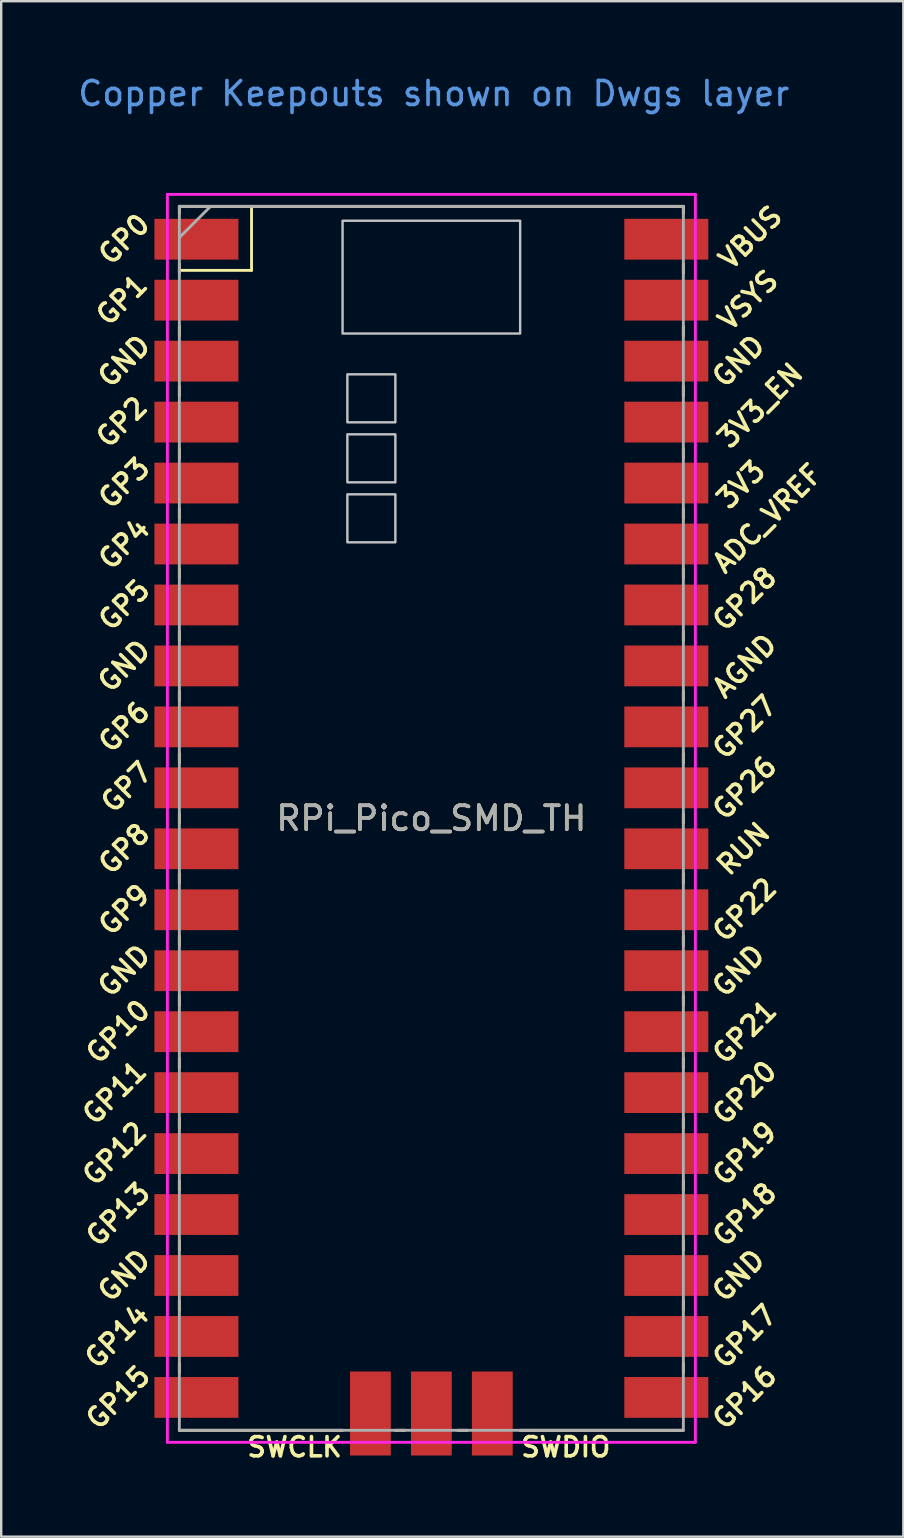
<source format=kicad_pcb>
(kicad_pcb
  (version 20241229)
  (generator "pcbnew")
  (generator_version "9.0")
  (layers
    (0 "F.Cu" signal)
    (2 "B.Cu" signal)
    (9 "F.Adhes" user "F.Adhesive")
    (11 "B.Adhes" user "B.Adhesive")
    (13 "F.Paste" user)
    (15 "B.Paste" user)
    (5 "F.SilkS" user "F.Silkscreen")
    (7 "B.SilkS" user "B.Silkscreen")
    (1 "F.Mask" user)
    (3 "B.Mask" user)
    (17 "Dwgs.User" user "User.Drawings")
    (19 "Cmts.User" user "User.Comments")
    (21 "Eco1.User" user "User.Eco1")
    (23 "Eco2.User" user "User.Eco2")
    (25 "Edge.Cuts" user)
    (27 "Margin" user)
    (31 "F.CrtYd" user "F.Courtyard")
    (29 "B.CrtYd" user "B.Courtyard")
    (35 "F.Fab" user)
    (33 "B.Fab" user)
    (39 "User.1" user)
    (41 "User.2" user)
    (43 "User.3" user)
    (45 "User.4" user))
  (footprint "RPi_Pico_SMD_TH"
    (layer "F.Cu")
    (at 14.924 31.048)
    (property "Reference" "RPi_Pico_SMD_TH" (at 0 0 0) (layer "F.SilkS") (effects (font (size 1 1) (thickness 0.15))))
    (attr through_hole)
    (fp_line (start -10.5 -25.5) (end -10.5 -25.2) (stroke (width 0.12) (type solid)) (layer "F.SilkS"))
    (fp_line (start -10.5 -25.5) (end 10.5 -25.5) (stroke (width 0.12) (type solid)) (layer "F.SilkS"))
    (fp_line (start -10.5 -23.1) (end -10.5 -22.7) (stroke (width 0.12) (type solid)) (layer "F.SilkS"))
    (fp_line (start -10.5 -22.833) (end -7.493 -22.833) (stroke (width 0.12) (type solid)) (layer "F.SilkS"))
    (fp_line (start -10.5 -20.5) (end -10.5 -20.1) (stroke (width 0.12) (type solid)) (layer "F.SilkS"))
    (fp_line (start -10.5 -18) (end -10.5 -17.6) (stroke (width 0.12) (type solid)) (layer "F.SilkS"))
    (fp_line (start -10.5 -15.4) (end -10.5 -15) (stroke (width 0.12) (type solid)) (layer "F.SilkS"))
    (fp_line (start -10.5 -12.9) (end -10.5 -12.5) (stroke (width 0.12) (type solid)) (layer "F.SilkS"))
    (fp_line (start -10.5 -10.4) (end -10.5 -10) (stroke (width 0.12) (type solid)) (layer "F.SilkS"))
    (fp_line (start -10.5 -7.8) (end -10.5 -7.4) (stroke (width 0.12) (type solid)) (layer "F.SilkS"))
    (fp_line (start -10.5 -5.3) (end -10.5 -4.9) (stroke (width 0.12) (type solid)) (layer "F.SilkS"))
    (fp_line (start -10.5 -2.7) (end -10.5 -2.3) (stroke (width 0.12) (type solid)) (layer "F.SilkS"))
    (fp_line (start -10.5 -0.2) (end -10.5 0.2) (stroke (width 0.12) (type solid)) (layer "F.SilkS"))
    (fp_line (start -10.5 2.3) (end -10.5 2.7) (stroke (width 0.12) (type solid)) (layer "F.SilkS"))
    (fp_line (start -10.5 4.9) (end -10.5 5.3) (stroke (width 0.12) (type solid)) (layer "F.SilkS"))
    (fp_line (start -10.5 7.4) (end -10.5 7.8) (stroke (width 0.12) (type solid)) (layer "F.SilkS"))
    (fp_line (start -10.5 10) (end -10.5 10.4) (stroke (width 0.12) (type solid)) (layer "F.SilkS"))
    (fp_line (start -10.5 12.5) (end -10.5 12.9) (stroke (width 0.12) (type solid)) (layer "F.SilkS"))
    (fp_line (start -10.5 15.1) (end -10.5 15.5) (stroke (width 0.12) (type solid)) (layer "F.SilkS"))
    (fp_line (start -10.5 17.6) (end -10.5 18) (stroke (width 0.12) (type solid)) (layer "F.SilkS"))
    (fp_line (start -10.5 20.1) (end -10.5 20.5) (stroke (width 0.12) (type solid)) (layer "F.SilkS"))
    (fp_line (start -10.5 22.7) (end -10.5 23.1) (stroke (width 0.12) (type solid)) (layer "F.SilkS"))
    (fp_line (start -7.493 -22.833) (end -7.493 -25.5) (stroke (width 0.12) (type solid)) (layer "F.SilkS"))
    (fp_line (start -3.7 25.5) (end -10.5 25.5) (stroke (width 0.12) (type solid)) (layer "F.SilkS"))
    (fp_line (start -1.5 25.5) (end -1.1 25.5) (stroke (width 0.12) (type solid)) (layer "F.SilkS"))
    (fp_line (start 1.1 25.5) (end 1.5 25.5) (stroke (width 0.12) (type solid)) (layer "F.SilkS"))
    (fp_line (start 10.5 -25.5) (end 10.5 -25.2) (stroke (width 0.12) (type solid)) (layer "F.SilkS"))
    (fp_line (start 10.5 -23.1) (end 10.5 -22.7) (stroke (width 0.12) (type solid)) (layer "F.SilkS"))
    (fp_line (start 10.5 -20.5) (end 10.5 -20.1) (stroke (width 0.12) (type solid)) (layer "F.SilkS"))
    (fp_line (start 10.5 -18) (end 10.5 -17.6) (stroke (width 0.12) (type solid)) (layer "F.SilkS"))
    (fp_line (start 10.5 -15.4) (end 10.5 -15) (stroke (width 0.12) (type solid)) (layer "F.SilkS"))
    (fp_line (start 10.5 -12.9) (end 10.5 -12.5) (stroke (width 0.12) (type solid)) (layer "F.SilkS"))
    (fp_line (start 10.5 -10.4) (end 10.5 -10) (stroke (width 0.12) (type solid)) (layer "F.SilkS"))
    (fp_line (start 10.5 -7.8) (end 10.5 -7.4) (stroke (width 0.12) (type solid)) (layer "F.SilkS"))
    (fp_line (start 10.5 -5.3) (end 10.5 -4.9) (stroke (width 0.12) (type solid)) (layer "F.SilkS"))
    (fp_line (start 10.5 -2.7) (end 10.5 -2.3) (stroke (width 0.12) (type solid)) (layer "F.SilkS"))
    (fp_line (start 10.5 -0.2) (end 10.5 0.2) (stroke (width 0.12) (type solid)) (layer "F.SilkS"))
    (fp_line (start 10.5 2.3) (end 10.5 2.7) (stroke (width 0.12) (type solid)) (layer "F.SilkS"))
    (fp_line (start 10.5 4.9) (end 10.5 5.3) (stroke (width 0.12) (type solid)) (layer "F.SilkS"))
    (fp_line (start 10.5 7.4) (end 10.5 7.8) (stroke (width 0.12) (type solid)) (layer "F.SilkS"))
    (fp_line (start 10.5 10) (end 10.5 10.4) (stroke (width 0.12) (type solid)) (layer "F.SilkS"))
    (fp_line (start 10.5 12.5) (end 10.5 12.9) (stroke (width 0.12) (type solid)) (layer "F.SilkS"))
    (fp_line (start 10.5 15.1) (end 10.5 15.5) (stroke (width 0.12) (type solid)) (layer "F.SilkS"))
    (fp_line (start 10.5 17.6) (end 10.5 18) (stroke (width 0.12) (type solid)) (layer "F.SilkS"))
    (fp_line (start 10.5 20.1) (end 10.5 20.5) (stroke (width 0.12) (type solid)) (layer "F.SilkS"))
    (fp_line (start 10.5 22.7) (end 10.5 23.1) (stroke (width 0.12) (type solid)) (layer "F.SilkS"))
    (fp_line (start 10.5 25.5) (end 3.7 25.5) (stroke (width 0.12) (type solid)) (layer "F.SilkS"))
    (fp_poly (pts (xy -1.5 -16.5) (xy -3.5 -16.5) (xy -3.5 -18.5) (xy -1.5 -18.5)) (stroke (width 0.1) (type solid)) (fill no) (layer "Dwgs.User"))
    (fp_poly (pts (xy -1.5 -14) (xy -3.5 -14) (xy -3.5 -16) (xy -1.5 -16)) (stroke (width 0.1) (type solid)) (fill no) (layer "Dwgs.User"))
    (fp_poly (pts (xy -1.5 -11.5) (xy -3.5 -11.5) (xy -3.5 -13.5) (xy -1.5 -13.5)) (stroke (width 0.1) (type solid)) (fill no) (layer "Dwgs.User"))
    (fp_poly (pts (xy 3.7 -20.2) (xy -3.7 -20.2) (xy -3.7 -24.9) (xy 3.7 -24.9)) (stroke (width 0.1) (type solid)) (fill no) (layer "Dwgs.User"))
    (fp_line (start -11 -26) (end 11 -26) (stroke (width 0.12) (type solid)) (layer "F.CrtYd"))
    (fp_line (start -11 26) (end -11 -26) (stroke (width 0.12) (type solid)) (layer "F.CrtYd"))
    (fp_line (start 11 -26) (end 11 26) (stroke (width 0.12) (type solid)) (layer "F.CrtYd"))
    (fp_line (start 11 26) (end -11 26) (stroke (width 0.12) (type solid)) (layer "F.CrtYd"))
    (fp_line (start -10.5 -25.5) (end 10.5 -25.5) (stroke (width 0.12) (type solid)) (layer "F.Fab"))
    (fp_line (start -10.5 -24.2) (end -9.2 -25.5) (stroke (width 0.12) (type solid)) (layer "F.Fab"))
    (fp_line (start -10.5 25.5) (end -10.5 -25.5) (stroke (width 0.12) (type solid)) (layer "F.Fab"))
    (fp_line (start 10.5 -25.5) (end 10.5 25.5) (stroke (width 0.12) (type solid)) (layer "F.Fab"))
    (fp_line (start 10.5 25.5) (end -10.5 25.5) (stroke (width 0.12) (type solid)) (layer "F.Fab"))
    (fp_text user "GP20" (at 13.054 11.43 45) (layer "F.SilkS") (effects (font (size 0.8 0.8) (thickness 0.15))))
    (fp_text user "GP13" (at -13.054 16.51 45) (layer "F.SilkS") (effects (font (size 0.8 0.8) (thickness 0.15))))
    (fp_text user "GND" (at 12.8 19.05 45) (layer "F.SilkS") (effects (font (size 0.8 0.8) (thickness 0.15))))
    (fp_text user "GP27" (at 13.054 -3.8 45) (layer "F.SilkS") (effects (font (size 0.8 0.8) (thickness 0.15))))
    (fp_text user "GP26" (at 13.054 -1.27 45) (layer "F.SilkS") (effects (font (size 0.8 0.8) (thickness 0.15))))
    (fp_text user "GP15" (at -13.054 24.13 45) (layer "F.SilkS") (effects (font (size 0.8 0.8) (thickness 0.15))))
    (fp_text user "GP10" (at -13.054 8.89 45) (layer "F.SilkS") (effects (font (size 0.8 0.8) (thickness 0.15))))
    (fp_text user "GP4" (at -12.8 -11.43 45) (layer "F.SilkS") (effects (font (size 0.8 0.8) (thickness 0.15))))
    (fp_text user "GND" (at -12.8 -6.35 45) (layer "F.SilkS") (effects (font (size 0.8 0.8) (thickness 0.15))))
    (fp_text user "GP11" (at -13.2 11.43 45) (layer "F.SilkS") (effects (font (size 0.8 0.8) (thickness 0.15))))
    (fp_text user "VBUS" (at 13.3 -24.2 45) (layer "F.SilkS") (effects (font (size 0.8 0.8) (thickness 0.15))))
    (fp_text user "GP14" (at -13.1 21.59 45) (layer "F.SilkS") (effects (font (size 0.8 0.8) (thickness 0.15))))
    (fp_text user "ADC_VREF" (at 14 -12.5 45) (layer "F.SilkS") (effects (font (size 0.8 0.8) (thickness 0.15))))
    (fp_text user "VSYS" (at 13.2 -21.59 45) (layer "F.SilkS") (effects (font (size 0.8 0.8) (thickness 0.15))))
    (fp_text user "RUN" (at 13 1.27 45) (layer "F.SilkS") (effects (font (size 0.8 0.8) (thickness 0.15))))
    (fp_text user "SWCLK" (at -5.7 26.2 0) (layer "F.SilkS") (effects (font (size 0.8 0.8) (thickness 0.15))))
    (fp_text user "SWDIO" (at 5.6 26.2 0) (layer "F.SilkS") (effects (font (size 0.8 0.8) (thickness 0.15))))
    (fp_text user "GP7" (at -12.7 -1.3 45) (layer "F.SilkS") (effects (font (size 0.8 0.8) (thickness 0.15))))
    (fp_text user "AGND" (at 13.054 -6.35 45) (layer "F.SilkS") (effects (font (size 0.8 0.8) (thickness 0.15))))
    (fp_text user "GP28" (at 13.054 -9.144 45) (layer "F.SilkS") (effects (font (size 0.8 0.8) (thickness 0.15))))
    (fp_text user "GP6" (at -12.8 -3.81 45) (layer "F.SilkS") (effects (font (size 0.8 0.8) (thickness 0.15))))
    (fp_text user "3V3_EN" (at 13.7 -17.2 45) (layer "F.SilkS") (effects (font (size 0.8 0.8) (thickness 0.15))))
    (fp_text user "GND" (at -12.8 19.05 45) (layer "F.SilkS") (effects (font (size 0.8 0.8) (thickness 0.15))))
    (fp_text user "GP1" (at -12.9 -21.6 45) (layer "F.SilkS") (effects (font (size 0.8 0.8) (thickness 0.15))))
    (fp_text user "GP22" (at 13.054 3.81 45) (layer "F.SilkS") (effects (font (size 0.8 0.8) (thickness 0.15))))
    (fp_text user "GP16" (at 13.054 24.13 45) (layer "F.SilkS") (effects (font (size 0.8 0.8) (thickness 0.15))))
    (fp_text user "GND" (at -12.8 -19.05 45) (layer "F.SilkS") (effects (font (size 0.8 0.8) (thickness 0.15))))
    (fp_text user "GP9" (at -12.8 3.81 45) (layer "F.SilkS") (effects (font (size 0.8 0.8) (thickness 0.15))))
    (fp_text user "GP12" (at -13.2 13.97 45) (layer "F.SilkS") (effects (font (size 0.8 0.8) (thickness 0.15))))
    (fp_text user "GP19" (at 13.054 13.97 45) (layer "F.SilkS") (effects (font (size 0.8 0.8) (thickness 0.15))))
    (fp_text user "GND" (at 12.8 -19.05 45) (layer "F.SilkS") (effects (font (size 0.8 0.8) (thickness 0.15))))
    (fp_text user "GP3" (at -12.8 -13.97 45) (layer "F.SilkS") (effects (font (size 0.8 0.8) (thickness 0.15))))
    (fp_text user "GP5" (at -12.8 -8.89 45) (layer "F.SilkS") (effects (font (size 0.8 0.8) (thickness 0.15))))
    (fp_text user "GP0" (at -12.8 -24.13 45) (layer "F.SilkS") (effects (font (size 0.8 0.8) (thickness 0.15))))
    (fp_text user "GP18" (at 13.054 16.51 45) (layer "F.SilkS") (effects (font (size 0.8 0.8) (thickness 0.15))))
    (fp_text user "3V3" (at 12.9 -13.9 45) (layer "F.SilkS") (effects (font (size 0.8 0.8) (thickness 0.15))))
    (fp_text user "GND" (at -12.8 6.35 45) (layer "F.SilkS") (effects (font (size 0.8 0.8) (thickness 0.15))))
    (fp_text user "GP17" (at 13.054 21.59 45) (layer "F.SilkS") (effects (font (size 0.8 0.8) (thickness 0.15))))
    (fp_text user "GP2" (at -12.9 -16.51 45) (layer "F.SilkS") (effects (font (size 0.8 0.8) (thickness 0.15))))
    (fp_text user "GP21" (at 13.054 8.9 45) (layer "F.SilkS") (effects (font (size 0.8 0.8) (thickness 0.15))))
    (fp_text user "GP8" (at -12.8 1.27 45) (layer "F.SilkS") (effects (font (size 0.8 0.8) (thickness 0.15))))
    (fp_text user "GND" (at 12.8 6.35 45) (layer "F.SilkS") (effects (font (size 0.8 0.8) (thickness 0.15))))
    (fp_text user "Copper Keepouts shown on Dwgs layer" (at 0.1 -30.2 0) (layer "Cmts.User") (effects (font (size 1 1) (thickness 0.15))))
    (fp_text user "${REFERENCE}" (at 0 0 180) (layer "F.Fab") (effects (font (size 1 1) (thickness 0.15))))
    (pad "1" smd rect (at -8.89 -24.13) (size 3.5 1.7) (drill (offset -0.9 0)) (layers "F.Cu" "F.Mask"))
    (pad "2" smd rect (at -8.89 -21.59) (size 3.5 1.7) (drill (offset -0.9 0)) (layers "F.Cu" "F.Mask"))
    (pad "3" smd rect (at -8.89 -19.05) (size 3.5 1.7) (drill (offset -0.9 0)) (layers "F.Cu" "F.Mask"))
    (pad "4" smd rect (at -8.89 -16.51) (size 3.5 1.7) (drill (offset -0.9 0)) (layers "F.Cu" "F.Mask"))
    (pad "5" smd rect (at -8.89 -13.97) (size 3.5 1.7) (drill (offset -0.9 0)) (layers "F.Cu" "F.Mask"))
    (pad "6" smd rect (at -8.89 -11.43) (size 3.5 1.7) (drill (offset -0.9 0)) (layers "F.Cu" "F.Mask"))
    (pad "7" smd rect (at -8.89 -8.89) (size 3.5 1.7) (drill (offset -0.9 0)) (layers "F.Cu" "F.Mask"))
    (pad "8" smd rect (at -8.89 -6.35) (size 3.5 1.7) (drill (offset -0.9 0)) (layers "F.Cu" "F.Mask"))
    (pad "9" smd rect (at -8.89 -3.81) (size 3.5 1.7) (drill (offset -0.9 0)) (layers "F.Cu" "F.Mask"))
    (pad "10" smd rect (at -8.89 -1.27) (size 3.5 1.7) (drill (offset -0.9 0)) (layers "F.Cu" "F.Mask"))
    (pad "11" smd rect (at -8.89 1.27) (size 3.5 1.7) (drill (offset -0.9 0)) (layers "F.Cu" "F.Mask"))
    (pad "12" smd rect (at -8.89 3.81) (size 3.5 1.7) (drill (offset -0.9 0)) (layers "F.Cu" "F.Mask"))
    (pad "13" smd rect (at -8.89 6.35) (size 3.5 1.7) (drill (offset -0.9 0)) (layers "F.Cu" "F.Mask"))
    (pad "14" smd rect (at -8.89 8.89) (size 3.5 1.7) (drill (offset -0.9 0)) (layers "F.Cu" "F.Mask"))
    (pad "15" smd rect (at -8.89 11.43) (size 3.5 1.7) (drill (offset -0.9 0)) (layers "F.Cu" "F.Mask"))
    (pad "16" smd rect (at -8.89 13.97) (size 3.5 1.7) (drill (offset -0.9 0)) (layers "F.Cu" "F.Mask"))
    (pad "17" smd rect (at -8.89 16.51) (size 3.5 1.7) (drill (offset -0.9 0)) (layers "F.Cu" "F.Mask"))
    (pad "18" smd rect (at -8.89 19.05) (size 3.5 1.7) (drill (offset -0.9 0)) (layers "F.Cu" "F.Mask"))
    (pad "19" smd rect (at -8.89 21.59) (size 3.5 1.7) (drill (offset -0.9 0)) (layers "F.Cu" "F.Mask"))
    (pad "20" smd rect (at -8.89 24.13) (size 3.5 1.7) (drill (offset -0.9 0)) (layers "F.Cu" "F.Mask"))
    (pad "21" smd rect (at 8.89 24.13) (size 3.5 1.7) (drill (offset 0.9 0)) (layers "F.Cu" "F.Mask"))
    (pad "22" smd rect (at 8.89 21.59) (size 3.5 1.7) (drill (offset 0.9 0)) (layers "F.Cu" "F.Mask"))
    (pad "23" smd rect (at 8.89 19.05) (size 3.5 1.7) (drill (offset 0.9 0)) (layers "F.Cu" "F.Mask"))
    (pad "24" smd rect (at 8.89 16.51) (size 3.5 1.7) (drill (offset 0.9 0)) (layers "F.Cu" "F.Mask"))
    (pad "25" smd rect (at 8.89 13.97) (size 3.5 1.7) (drill (offset 0.9 0)) (layers "F.Cu" "F.Mask"))
    (pad "26" smd rect (at 8.89 11.43) (size 3.5 1.7) (drill (offset 0.9 0)) (layers "F.Cu" "F.Mask"))
    (pad "27" smd rect (at 8.89 8.89) (size 3.5 1.7) (drill (offset 0.9 0)) (layers "F.Cu" "F.Mask"))
    (pad "28" smd rect (at 8.89 6.35) (size 3.5 1.7) (drill (offset 0.9 0)) (layers "F.Cu" "F.Mask"))
    (pad "29" smd rect (at 8.89 3.81) (size 3.5 1.7) (drill (offset 0.9 0)) (layers "F.Cu" "F.Mask"))
    (pad "30" smd rect (at 8.89 1.27) (size 3.5 1.7) (drill (offset 0.9 0)) (layers "F.Cu" "F.Mask"))
    (pad "31" smd rect (at 8.89 -1.27) (size 3.5 1.7) (drill (offset 0.9 0)) (layers "F.Cu" "F.Mask"))
    (pad "32" smd rect (at 8.89 -3.81) (size 3.5 1.7) (drill (offset 0.9 0)) (layers "F.Cu" "F.Mask"))
    (pad "33" smd rect (at 8.89 -6.35) (size 3.5 1.7) (drill (offset 0.9 0)) (layers "F.Cu" "F.Mask"))
    (pad "34" smd rect (at 8.89 -8.89) (size 3.5 1.7) (drill (offset 0.9 0)) (layers "F.Cu" "F.Mask"))
    (pad "35" smd rect (at 8.89 -11.43) (size 3.5 1.7) (drill (offset 0.9 0)) (layers "F.Cu" "F.Mask"))
    (pad "36" smd rect (at 8.89 -13.97) (size 3.5 1.7) (drill (offset 0.9 0)) (layers "F.Cu" "F.Mask"))
    (pad "37" smd rect (at 8.89 -16.51) (size 3.5 1.7) (drill (offset 0.9 0)) (layers "F.Cu" "F.Mask"))
    (pad "38" smd rect (at 8.89 -19.05) (size 3.5 1.7) (drill (offset 0.9 0)) (layers "F.Cu" "F.Mask"))
    (pad "39" smd rect (at 8.89 -21.59) (size 3.5 1.7) (drill (offset 0.9 0)) (layers "F.Cu" "F.Mask"))
    (pad "40" smd rect (at 8.89 -24.13) (size 3.5 1.7) (drill (offset 0.9 0)) (layers "F.Cu" "F.Mask"))
    (pad "41" smd rect (at -2.54 23.9 90) (size 3.5 1.7) (drill (offset -0.9 0)) (layers "F.Cu" "F.Mask"))
    (pad "42" smd rect (at 0 23.9 90) (size 3.5 1.7) (drill (offset -0.9 0)) (layers "F.Cu" "F.Mask"))
    (pad "43" smd rect (at 2.54 23.9 90) (size 3.5 1.7) (drill (offset -0.9 0)) (layers "F.Cu" "F.Mask")))
  (gr_rect
    (start -3 -3)
    (end 34.591 60.98)
    (stroke (width 0.1) (type default))
    (fill no)
    (layer "Edge.Cuts")))
</source>
